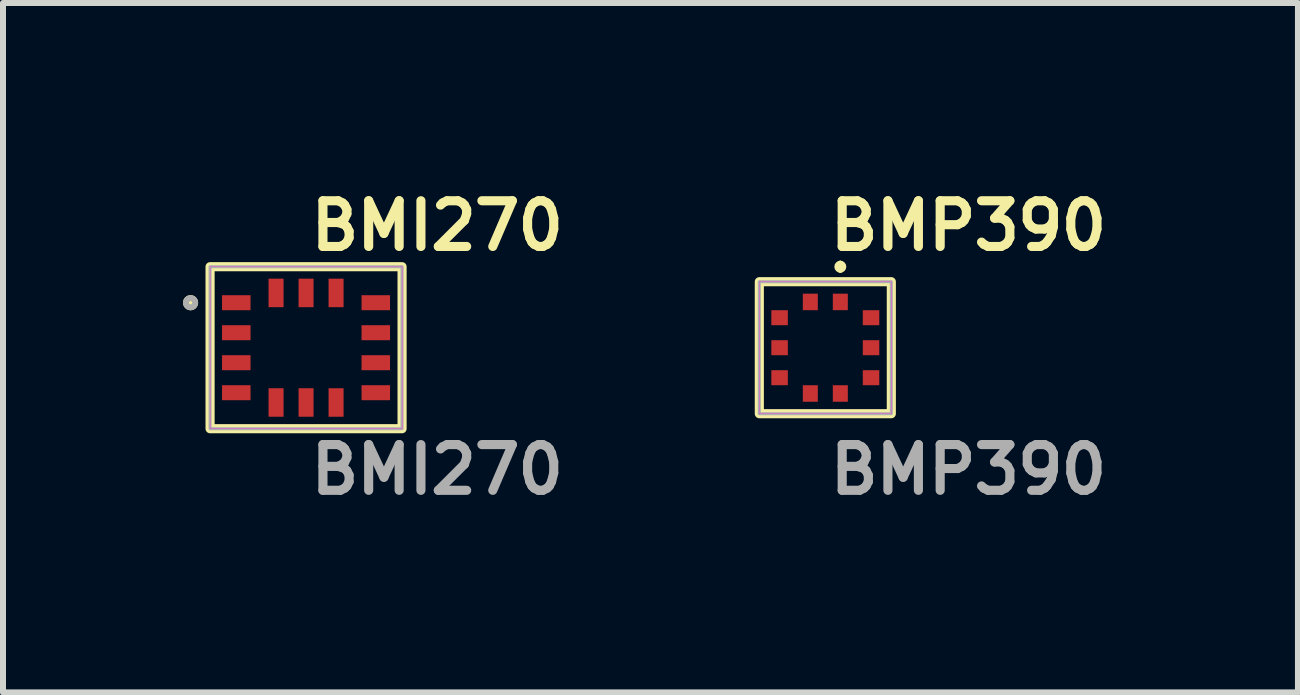
<source format=kicad_pcb>
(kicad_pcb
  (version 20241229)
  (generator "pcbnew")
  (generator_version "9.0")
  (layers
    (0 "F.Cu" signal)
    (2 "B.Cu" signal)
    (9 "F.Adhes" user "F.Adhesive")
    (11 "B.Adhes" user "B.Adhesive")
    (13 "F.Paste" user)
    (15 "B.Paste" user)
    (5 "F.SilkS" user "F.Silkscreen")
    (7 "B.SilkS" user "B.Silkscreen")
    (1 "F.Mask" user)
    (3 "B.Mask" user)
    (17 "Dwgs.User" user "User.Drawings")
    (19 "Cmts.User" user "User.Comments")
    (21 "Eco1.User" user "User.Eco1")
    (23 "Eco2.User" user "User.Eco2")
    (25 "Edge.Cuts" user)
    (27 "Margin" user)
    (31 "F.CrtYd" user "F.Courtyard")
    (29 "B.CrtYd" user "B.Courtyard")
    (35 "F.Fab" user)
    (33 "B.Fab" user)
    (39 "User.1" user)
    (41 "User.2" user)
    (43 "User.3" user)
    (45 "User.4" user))
  (footprint "BMI270"
    (layer "F.Cu")
    (at 2.051 2.745)
    (property "Reference" "BMI270" (at 0 -2.032 0) (layer "F.SilkS") (effects (font (size 0.762 0.762) (thickness 0.152) (bold yes)) (justify left)))
    (attr smd)
    (fp_rect (start -1.6 -1.35) (end 1.6 1.35) (stroke (width 0.152) (type default)) (fill no) (layer "F.SilkS"))
    (fp_circle (center -1.925 -0.75) (end -1.849 -0.75) (stroke (width 0.1) (type solid)) (fill yes) (layer "F.SilkS"))
    (fp_rect (start -1.599 -1.35) (end 1.601 1.35) (stroke (width 0.006) (type default)) (fill no) (layer "F.CrtYd"))
    (fp_rect (start -1.6 -1.35) (end 1.6 1.35) (stroke (width 0.051) (type default)) (fill no) (layer "F.Fab"))
    (fp_circle (center -1.925 -0.75) (end -1.849 -0.75) (stroke (width 0.1) (type solid)) (fill no) (layer "F.Fab"))
    (fp_text user "${REFERENCE}" (at 0 2.032 0) (layer "F.Fab") (effects (font (size 0.762 0.762) (thickness 0.152) (bold yes)) (justify left)))
    (pad "1" smd rect (at -1.163 -0.75 90) (size 0.25 0.475) (layers "F.Cu" "F.Mask" "F.Paste"))
    (pad "2" smd rect (at -1.163 -0.25 90) (size 0.25 0.475) (layers "F.Cu" "F.Mask" "F.Paste"))
    (pad "3" smd rect (at -1.163 0.25 90) (size 0.25 0.475) (layers "F.Cu" "F.Mask" "F.Paste"))
    (pad "4" smd rect (at -1.163 0.75 90) (size 0.25 0.475) (layers "F.Cu" "F.Mask" "F.Paste"))
    (pad "5" smd rect (at -0.5 0.913) (size 0.25 0.475) (layers "F.Cu" "F.Mask" "F.Paste"))
    (pad "6" smd rect (at 0 0.913) (size 0.25 0.475) (layers "F.Cu" "F.Mask" "F.Paste"))
    (pad "7" smd rect (at 0.5 0.913) (size 0.25 0.475) (layers "F.Cu" "F.Mask" "F.Paste"))
    (pad "8" smd rect (at 1.162 0.75 90) (size 0.25 0.475) (layers "F.Cu" "F.Mask" "F.Paste"))
    (pad "9" smd rect (at 1.162 0.25 90) (size 0.25 0.475) (layers "F.Cu" "F.Mask" "F.Paste"))
    (pad "10" smd rect (at 1.162 -0.25 90) (size 0.25 0.475) (layers "F.Cu" "F.Mask" "F.Paste"))
    (pad "11" smd rect (at 1.162 -0.75 90) (size 0.25 0.475) (layers "F.Cu" "F.Mask" "F.Paste"))
    (pad "12" smd rect (at 0.5 -0.913) (size 0.25 0.475) (layers "F.Cu" "F.Mask" "F.Paste"))
    (pad "13" smd rect (at 0 -0.913) (size 0.25 0.475) (layers "F.Cu" "F.Mask" "F.Paste"))
    (pad "14" smd rect (at -0.5 -0.913) (size 0.25 0.475) (layers "F.Cu" "F.Mask" "F.Paste")))
  (footprint "BMP390"
    (layer "F.Cu")
    (at 10.705 2.745)
    (property "Reference" "BMP390" (at 0 -2.032 0) (layer "F.SilkS") (effects (font (size 0.762 0.762) (thickness 0.152) (bold yes)) (justify left)))
    (attr smd)
    (fp_line (start 0.25 -1.4) (end 0.25 -1.4) (stroke (width 0.1) (type solid)) (layer "F.SilkS"))
    (fp_line (start 0.25 -1.3) (end 0.25 -1.3) (stroke (width 0.1) (type solid)) (layer "F.SilkS"))
    (fp_rect (start -1.1 -1.1) (end 1.1 1.1) (stroke (width 0.152) (type default)) (fill no) (layer "F.SilkS"))
    (fp_arc (start 0.25 -1.4) (mid 0.3 -1.35) (end 0.25 -1.3) (stroke (width 0.1) (type solid)) (layer "F.SilkS"))
    (fp_arc (start 0.25 -1.3) (mid 0.2 -1.35) (end 0.25 -1.4) (stroke (width 0.1) (type solid)) (layer "F.SilkS"))
    (fp_rect (start -1.1 -1.1) (end 1.1 1.1) (stroke (width 0.006) (type default)) (fill no) (layer "F.CrtYd"))
    (fp_rect (start -1.1 -1.1) (end 1.1 1.1) (stroke (width 0.051) (type default)) (fill no) (layer "F.Fab"))
    (fp_text user "${REFERENCE}" (at 0 2.032 0) (layer "F.Fab") (effects (font (size 0.762 0.762) (thickness 0.152) (bold yes)) (justify left)))
    (pad "1" smd rect (at 0.25 -0.763) (size 0.25 0.275) (layers "F.Cu" "F.Mask" "F.Paste"))
    (pad "2" smd rect (at -0.25 -0.763) (size 0.25 0.275) (layers "F.Cu" "F.Mask" "F.Paste"))
    (pad "3" smd rect (at -0.762 -0.5 90) (size 0.25 0.275) (layers "F.Cu" "F.Mask" "F.Paste"))
    (pad "4" smd rect (at -0.762 0 90) (size 0.25 0.275) (layers "F.Cu" "F.Mask" "F.Paste"))
    (pad "5" smd rect (at -0.762 0.5 90) (size 0.25 0.275) (layers "F.Cu" "F.Mask" "F.Paste"))
    (pad "6" smd rect (at -0.25 0.763) (size 0.25 0.275) (layers "F.Cu" "F.Mask" "F.Paste"))
    (pad "7" smd rect (at 0.25 0.763) (size 0.25 0.275) (layers "F.Cu" "F.Mask" "F.Paste"))
    (pad "8" smd rect (at 0.762 0.5 90) (size 0.25 0.275) (layers "F.Cu" "F.Mask" "F.Paste"))
    (pad "9" smd rect (at 0.762 0 90) (size 0.25 0.275) (layers "F.Cu" "F.Mask" "F.Paste"))
    (pad "10" smd rect (at 0.762 -0.5 90) (size 0.25 0.275) (layers "F.Cu" "F.Mask" "F.Paste")))
  (gr_rect
    (start -3 -3)
    (end 18.582 8.49)
    (stroke (width 0.1) (type default))
    (fill no)
    (layer "Edge.Cuts")))
</source>
